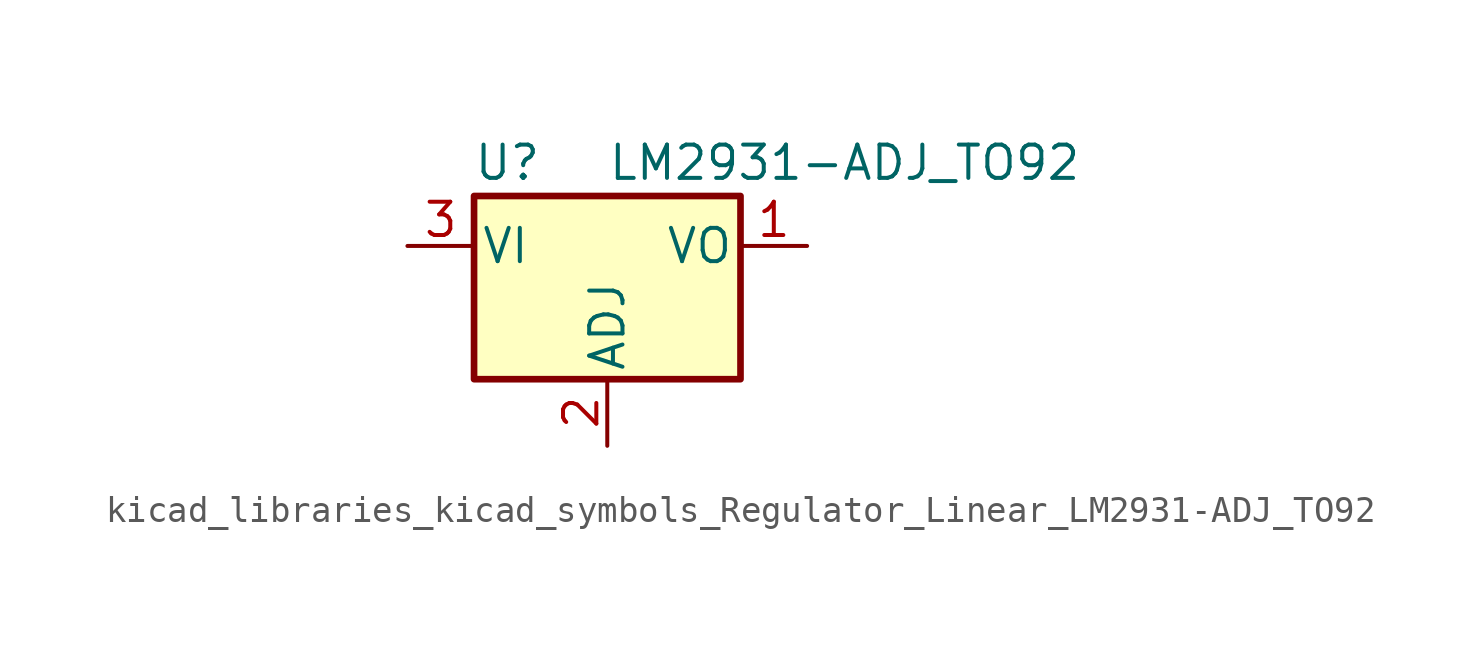
<source format=kicad_sym>
(kicad_symbol_lib
  (version 20220914)
  (generator kicad_symbol_editor)
  (symbol "kicad_libraries_kicad_symbols_Regulator_Linear_LM2931-ADJ_TO92"
    (pin_names
      (offset 0.254))
    (property "Reference" "U"
      (at -3.81 3.175 0)
      (effects (font (size 1.27 1.27))))
    (property "Value" "LM2931-ADJ_TO92"
      (at 0 3.175 0)
      (effects (font (size 1.27 1.27)) (justify left)))
    (symbol "kicad_libraries_kicad_symbols_Regulator_Linear_LM2931-ADJ_TO92_0_1"
      (rectangle (start -5.08 1.905) (end 5.08 -5.08) (stroke (width 0.254) (type default)) (fill (type background))))
    (symbol "kicad_libraries_kicad_symbols_Regulator_Linear_LM2931-ADJ_TO92_1_1"
      (pin power_out line (at 7.62 0 180) (length 2.54) (name "VO" (effects (font (size 1.27 1.27)))) (number "1" (effects (font (size 1.27 1.27)))))
      (pin input line (at 0 -7.62 90) (length 2.54) (name "ADJ" (effects (font (size 1.27 1.27)))) (number "2" (effects (font (size 1.27 1.27)))))
      (pin power_in line (at -7.62 0 0) (length 2.54) (name "VI" (effects (font (size 1.27 1.27)))) (number "3" (effects (font (size 1.27 1.27))))))))
</source>
